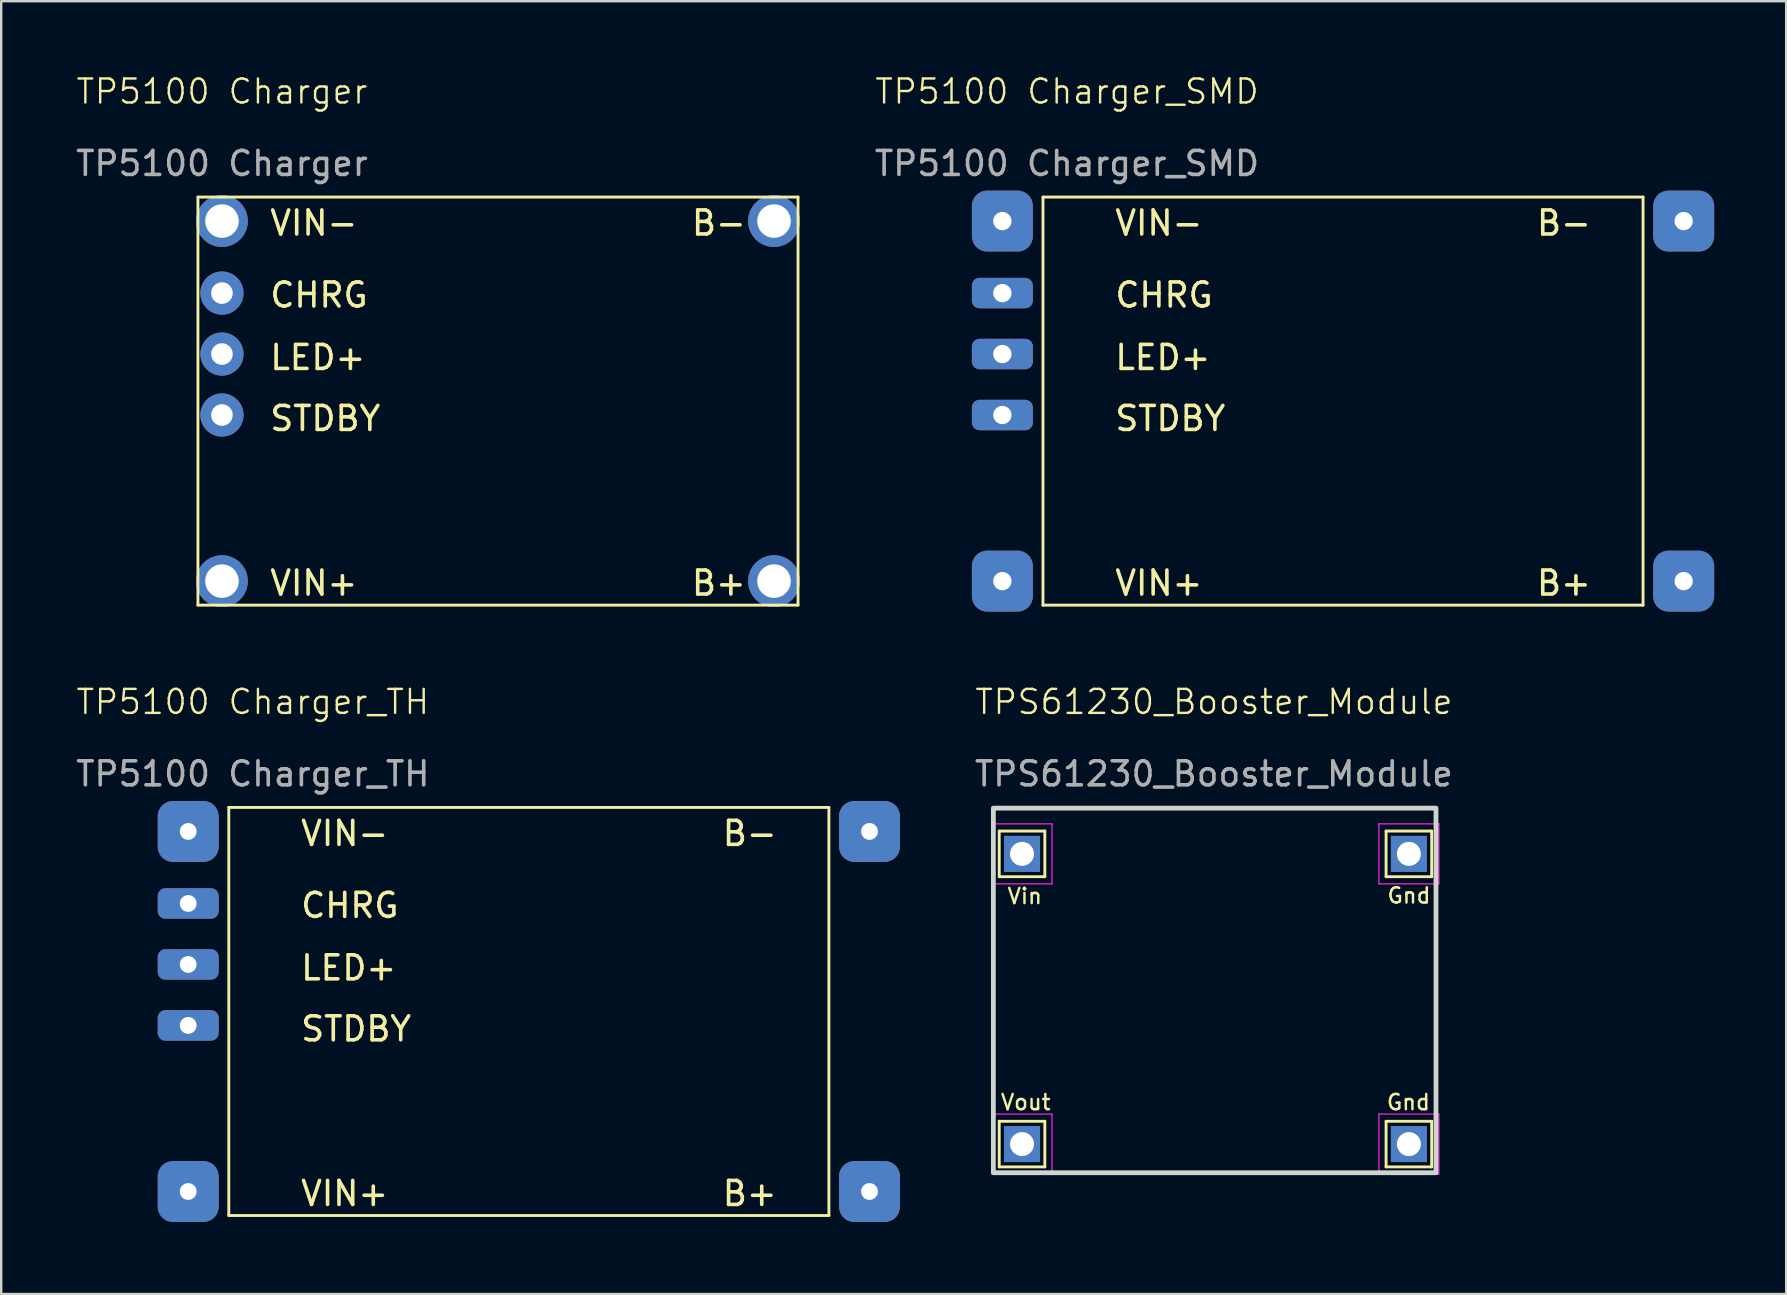
<source format=kicad_pcb>
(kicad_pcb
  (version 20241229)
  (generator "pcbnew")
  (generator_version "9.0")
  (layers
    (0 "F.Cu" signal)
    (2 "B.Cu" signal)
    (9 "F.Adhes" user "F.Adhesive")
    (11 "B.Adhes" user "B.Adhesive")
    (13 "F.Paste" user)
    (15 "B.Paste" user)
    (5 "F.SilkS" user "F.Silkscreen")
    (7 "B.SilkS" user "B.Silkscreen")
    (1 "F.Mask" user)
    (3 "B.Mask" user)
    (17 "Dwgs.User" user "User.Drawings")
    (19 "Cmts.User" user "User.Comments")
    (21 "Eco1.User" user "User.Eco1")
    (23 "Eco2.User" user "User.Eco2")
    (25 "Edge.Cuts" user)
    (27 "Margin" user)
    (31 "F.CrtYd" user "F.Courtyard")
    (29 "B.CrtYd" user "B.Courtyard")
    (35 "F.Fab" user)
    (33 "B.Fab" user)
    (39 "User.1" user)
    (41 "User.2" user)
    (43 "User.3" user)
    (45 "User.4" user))
  (footprint "TP5100 Charger"
    (layer "F.Cu")
    (at 6.196 21.16)
    (property "Reference" "TP5100 Charger" (at 0 -20.399 0) (unlocked yes) (layer "F.SilkS") (effects (font (size 1 1) (thickness 0.1))))
    (attr through_hole)
    (fp_line (start -1 -16) (end 24 -16) (stroke (width 0.12) (type solid)) (layer "F.SilkS"))
    (fp_line (start -1 1) (end -1 -16) (stroke (width 0.12) (type solid)) (layer "F.SilkS"))
    (fp_line (start 24 -16) (end 24 1) (stroke (width 0.12) (type solid)) (layer "F.SilkS"))
    (fp_line (start 24 1) (end -1 1) (stroke (width 0.12) (type solid)) (layer "F.SilkS"))
    (fp_text user "B-" (at 21.92 -14.918 0) (unlocked yes) (layer "F.SilkS") (effects (font (size 1 1) (thickness 0.15)) (justify right)))
    (fp_text user "CHRG" (at 1.92 -11.918 0) (unlocked yes) (layer "F.SilkS") (effects (font (size 1 1) (thickness 0.15)) (justify left)))
    (fp_text user "STDBY" (at 1.92 -6.776 0) (unlocked yes) (layer "F.SilkS") (effects (font (size 1 1) (thickness 0.15)) (justify left)))
    (fp_text user "B+" (at 21.92 0.082 0) (unlocked yes) (layer "F.SilkS") (effects (font (size 1 1) (thickness 0.15)) (justify right)))
    (fp_text user "LED+" (at 1.92 -9.316 0) (unlocked yes) (layer "F.SilkS") (effects (font (size 1 1) (thickness 0.15)) (justify left)))
    (fp_text user "VIN+" (at 1.92 0.082 0) (unlocked yes) (layer "F.SilkS") (effects (font (size 1 1) (thickness 0.15)) (justify left)))
    (fp_text user "VIN-" (at 1.92 -14.918 0) (unlocked yes) (layer "F.SilkS") (effects (font (size 1 1) (thickness 0.15)) (justify left)))
    (fp_text user "${REFERENCE}" (at 0 -17.399 0) (unlocked yes) (layer "F.Fab") (effects (font (size 1 1) (thickness 0.15))))
    (pad "1" thru_hole circle (at 0 0) (size 2.159 2.159) (drill 1.397) (layers "*.Cu" "*.Mask"))
    (pad "2" thru_hole circle (at 0 -15) (size 2.159 2.159) (drill 1.397) (layers "*.Cu" "*.Mask"))
    (pad "3" thru_hole circle (at 23 0) (size 2.159 2.159) (drill 1.397) (layers "*.Cu" "*.Mask"))
    (pad "4" thru_hole circle (at 23 -15) (size 2.159 2.159) (drill 1.397) (layers "*.Cu" "*.Mask"))
    (pad "5" thru_hole circle (at 0 -12) (size 1.8 1.8) (drill 0.9) (layers "*.Cu" "*.Mask"))
    (pad "6" thru_hole circle (at 0 -9.46 180) (size 1.8 1.8) (drill 0.9) (layers "*.Cu" "*.Mask"))
    (pad "7" thru_hole circle (at 0 -6.92 180) (size 1.8 1.8) (drill 0.9) (layers "*.Cu" "*.Mask")))
  (footprint "TPS61230_Booster_Module"
    (layer "F.Cu")
    (at 47.522 38.207)
    (property "Reference" "TPS61230_Booster_Module" (at 0 -12.017 0) (unlocked yes) (layer "F.SilkS") (effects (font (size 1 1) (thickness 0.1))))
    (attr through_hole)
    (fp_line (start -8.944 -6.634) (end -7.044 -6.634) (stroke (width 0.12) (type solid)) (layer "F.SilkS"))
    (fp_line (start -8.944 -4.734) (end -8.944 -6.634) (stroke (width 0.12) (type solid)) (layer "F.SilkS"))
    (fp_line (start -8.944 5.456) (end -7.044 5.456) (stroke (width 0.12) (type solid)) (layer "F.SilkS"))
    (fp_line (start -8.944 7.356) (end -8.944 5.456) (stroke (width 0.12) (type solid)) (layer "F.SilkS"))
    (fp_line (start -7.044 -6.634) (end -7.044 -4.734) (stroke (width 0.12) (type solid)) (layer "F.SilkS"))
    (fp_line (start -7.044 -4.734) (end -8.944 -4.734) (stroke (width 0.12) (type solid)) (layer "F.SilkS"))
    (fp_line (start -7.044 5.456) (end -7.044 7.356) (stroke (width 0.12) (type solid)) (layer "F.SilkS"))
    (fp_line (start -7.044 7.356) (end -8.944 7.356) (stroke (width 0.12) (type solid)) (layer "F.SilkS"))
    (fp_line (start 7.173 -6.634) (end 9.073 -6.634) (stroke (width 0.12) (type solid)) (layer "F.SilkS"))
    (fp_line (start 7.173 -4.734) (end 7.173 -6.634) (stroke (width 0.12) (type solid)) (layer "F.SilkS"))
    (fp_line (start 7.173 5.456) (end 9.073 5.456) (stroke (width 0.12) (type solid)) (layer "F.SilkS"))
    (fp_line (start 7.173 7.356) (end 7.173 5.456) (stroke (width 0.12) (type solid)) (layer "F.SilkS"))
    (fp_line (start 9.073 -6.634) (end 9.073 -4.734) (stroke (width 0.12) (type solid)) (layer "F.SilkS"))
    (fp_line (start 9.073 -4.734) (end 7.173 -4.734) (stroke (width 0.12) (type solid)) (layer "F.SilkS"))
    (fp_line (start 9.073 5.456) (end 9.073 7.356) (stroke (width 0.12) (type solid)) (layer "F.SilkS"))
    (fp_line (start 9.073 7.356) (end 7.173 7.356) (stroke (width 0.12) (type solid)) (layer "F.SilkS"))
    (fp_rect (start -9.188 -7.589) (end 9.252 7.6) (stroke (width 0.2) (type default)) (fill no) (layer "Edge.Cuts"))
    (fp_line (start -9.244 -6.934) (end -9.244 -4.434) (stroke (width 0.05) (type solid)) (layer "F.CrtYd"))
    (fp_line (start -9.244 -6.934) (end -6.744 -6.934) (stroke (width 0.05) (type solid)) (layer "F.CrtYd"))
    (fp_line (start -9.244 5.156) (end -9.244 7.656) (stroke (width 0.05) (type solid)) (layer "F.CrtYd"))
    (fp_line (start -9.244 5.156) (end -6.744 5.156) (stroke (width 0.05) (type solid)) (layer "F.CrtYd"))
    (fp_line (start -6.744 -4.434) (end -9.244 -4.434) (stroke (width 0.05) (type solid)) (layer "F.CrtYd"))
    (fp_line (start -6.744 -4.434) (end -6.744 -6.934) (stroke (width 0.05) (type solid)) (layer "F.CrtYd"))
    (fp_line (start -6.744 7.656) (end -9.244 7.656) (stroke (width 0.05) (type solid)) (layer "F.CrtYd"))
    (fp_line (start -6.744 7.656) (end -6.744 5.156) (stroke (width 0.05) (type solid)) (layer "F.CrtYd"))
    (fp_line (start 6.873 -6.934) (end 6.873 -4.434) (stroke (width 0.05) (type solid)) (layer "F.CrtYd"))
    (fp_line (start 6.873 -6.934) (end 9.373 -6.934) (stroke (width 0.05) (type solid)) (layer "F.CrtYd"))
    (fp_line (start 6.873 5.156) (end 6.873 7.656) (stroke (width 0.05) (type solid)) (layer "F.CrtYd"))
    (fp_line (start 6.873 5.156) (end 9.373 5.156) (stroke (width 0.05) (type solid)) (layer "F.CrtYd"))
    (fp_line (start 9.373 -4.434) (end 6.873 -4.434) (stroke (width 0.05) (type solid)) (layer "F.CrtYd"))
    (fp_line (start 9.373 -4.434) (end 9.373 -6.934) (stroke (width 0.05) (type solid)) (layer "F.CrtYd"))
    (fp_line (start 9.373 7.656) (end 6.873 7.656) (stroke (width 0.05) (type solid)) (layer "F.CrtYd"))
    (fp_line (start 9.373 7.656) (end 9.373 5.156) (stroke (width 0.05) (type solid)) (layer "F.CrtYd"))
    (fp_text user "Vin" (at -8.655 -3.551 0) (unlocked yes) (layer "F.SilkS") (effects (font (size 0.635 0.635) (thickness 0.102)) (justify left bottom)))
    (fp_text user "Gnd" (at 7.144 5.035 0) (unlocked yes) (layer "F.SilkS") (effects (font (size 0.635 0.635) (thickness 0.102)) (justify left bottom)))
    (fp_text user "Vout" (at -8.934 5.035 0) (unlocked yes) (layer "F.SilkS") (effects (font (size 0.635 0.635) (thickness 0.102)) (justify left bottom)))
    (fp_text user "Gnd" (at 7.169 -3.576 0) (unlocked yes) (layer "F.SilkS") (effects (font (size 0.635 0.635) (thickness 0.102)) (justify left bottom)))
    (fp_text user "${REFERENCE}" (at 0 -9.017 0) (unlocked yes) (layer "F.Fab") (effects (font (size 1 1) (thickness 0.15))))
    (pad "1" thru_hole rect (at -7.994 -5.684) (size 1.5 1.5) (drill 1) (layers "*.Cu" "*.Mask"))
    (pad "1" thru_hole rect (at -7.994 6.406) (size 1.5 1.5) (drill 1) (layers "*.Cu" "*.Mask"))
    (pad "1" thru_hole rect (at 8.123 -5.684) (size 1.5 1.5) (drill 1) (layers "*.Cu" "*.Mask"))
    (pad "1" thru_hole rect (at 8.123 6.406) (size 1.5 1.5) (drill 1) (layers "*.Cu" "*.Mask")))
  (footprint "TP5100 Charger_SMD"
    (layer "F.Cu")
    (at 41.401 21.16)
    (property "Reference" "TP5100 Charger_SMD" (at 0 -20.399 0) (unlocked yes) (layer "F.SilkS") (effects (font (size 1 1) (thickness 0.1))))
    (attr smd)
    (fp_line (start -1 -16) (end 24 -16) (stroke (width 0.12) (type solid)) (layer "F.SilkS"))
    (fp_line (start -1 1) (end -1 -16) (stroke (width 0.12) (type solid)) (layer "F.SilkS"))
    (fp_line (start 24 -16) (end 24 1) (stroke (width 0.12) (type solid)) (layer "F.SilkS"))
    (fp_line (start 24 1) (end -1 1) (stroke (width 0.12) (type solid)) (layer "F.SilkS"))
    (fp_text user "VIN-" (at 1.92 -14.918 0) (unlocked yes) (layer "F.SilkS") (effects (font (size 1 1) (thickness 0.15)) (justify left)))
    (fp_text user "VIN+" (at 1.92 0.082 0) (unlocked yes) (layer "F.SilkS") (effects (font (size 1 1) (thickness 0.15)) (justify left)))
    (fp_text user "B-" (at 21.92 -14.918 0) (unlocked yes) (layer "F.SilkS") (effects (font (size 1 1) (thickness 0.15)) (justify right)))
    (fp_text user "STDBY" (at 1.92 -6.776 0) (unlocked yes) (layer "F.SilkS") (effects (font (size 1 1) (thickness 0.15)) (justify left)))
    (fp_text user "CHRG" (at 1.92 -11.918 0) (unlocked yes) (layer "F.SilkS") (effects (font (size 1 1) (thickness 0.15)) (justify left)))
    (fp_text user "B+" (at 21.92 0.082 0) (unlocked yes) (layer "F.SilkS") (effects (font (size 1 1) (thickness 0.15)) (justify right)))
    (fp_text user "LED+" (at 1.92 -9.316 0) (unlocked yes) (layer "F.SilkS") (effects (font (size 1 1) (thickness 0.15)) (justify left)))
    (fp_text user "${REFERENCE}" (at 0 -17.399 0) (unlocked yes) (layer "F.Fab") (effects (font (size 1 1) (thickness 0.15))))
    (pad "1" thru_hole roundrect (at -2.692 0) (size 2.54 2.54) (drill 0.762) (layers "*.Cu" "*.Mask") (roundrect_rratio 0.25))
    (pad "2" thru_hole roundrect (at -2.692 -15) (size 2.54 2.54) (drill 0.762) (layers "*.Cu" "*.Mask") (roundrect_rratio 0.25))
    (pad "3" thru_hole roundrect (at 25.692 0) (size 2.54 2.54) (drill 0.762) (layers "*.Cu" "*.Mask") (roundrect_rratio 0.25))
    (pad "4" thru_hole roundrect (at 25.692 -15) (size 2.54 2.54) (drill 0.762) (layers "*.Cu" "*.Mask") (roundrect_rratio 0.25))
    (pad "5" thru_hole roundrect (at -2.692 -12) (size 2.54 1.27) (drill 0.762) (layers "*.Cu" "*.Mask") (roundrect_rratio 0.25))
    (pad "6" thru_hole roundrect (at -2.692 -9.46) (size 2.54 1.27) (drill 0.762) (layers "*.Cu" "*.Mask") (roundrect_rratio 0.25))
    (pad "7" thru_hole roundrect (at -2.692 -6.92) (size 2.54 1.27) (drill 0.762) (layers "*.Cu" "*.Mask") (roundrect_rratio 0.25)))
  (footprint "TP5100 Charger_TH"
    (layer "F.Cu")
    (at 7.482 46.589)
    (property "Reference" "TP5100 Charger_TH" (at 0 -20.399 0) (unlocked yes) (layer "F.SilkS") (effects (font (size 1 1) (thickness 0.1))))
    (attr smd)
    (fp_line (start -1 -16) (end 24 -16) (stroke (width 0.12) (type solid)) (layer "F.SilkS"))
    (fp_line (start -1 1) (end -1 -16) (stroke (width 0.12) (type solid)) (layer "F.SilkS"))
    (fp_line (start 24 -16) (end 24 1) (stroke (width 0.12) (type solid)) (layer "F.SilkS"))
    (fp_line (start 24 1) (end -1 1) (stroke (width 0.12) (type solid)) (layer "F.SilkS"))
    (fp_text user "STDBY" (at 1.92 -6.776 0) (unlocked yes) (layer "F.SilkS") (effects (font (size 1 1) (thickness 0.15)) (justify left)))
    (fp_text user "CHRG" (at 1.92 -11.918 0) (unlocked yes) (layer "F.SilkS") (effects (font (size 1 1) (thickness 0.15)) (justify left)))
    (fp_text user "B-" (at 21.92 -14.918 0) (unlocked yes) (layer "F.SilkS") (effects (font (size 1 1) (thickness 0.15)) (justify right)))
    (fp_text user "LED+" (at 1.92 -9.316 0) (unlocked yes) (layer "F.SilkS") (effects (font (size 1 1) (thickness 0.15)) (justify left)))
    (fp_text user "VIN+" (at 1.92 0.082 0) (unlocked yes) (layer "F.SilkS") (effects (font (size 1 1) (thickness 0.15)) (justify left)))
    (fp_text user "B+" (at 21.92 0.082 0) (unlocked yes) (layer "F.SilkS") (effects (font (size 1 1) (thickness 0.15)) (justify right)))
    (fp_text user "VIN-" (at 1.92 -14.918 0) (unlocked yes) (layer "F.SilkS") (effects (font (size 1 1) (thickness 0.15)) (justify left)))
    (fp_text user "${REFERENCE}" (at 0 -17.399 0) (unlocked yes) (layer "F.Fab") (effects (font (size 1 1) (thickness 0.15))))
    (pad "1" thru_hole roundrect (at -2.692 0) (size 2.54 2.54) (drill 0.7) (layers "*.Cu" "*.Mask") (roundrect_rratio 0.25))
    (pad "2" thru_hole roundrect (at -2.692 -15) (size 2.54 2.54) (drill 0.7) (layers "*.Cu" "*.Mask") (roundrect_rratio 0.25))
    (pad "3" thru_hole roundrect (at 25.692 0) (size 2.54 2.54) (drill 0.7) (layers "*.Cu" "*.Mask") (roundrect_rratio 0.25))
    (pad "4" thru_hole roundrect (at 25.692 -15) (size 2.54 2.54) (drill 0.7) (layers "*.Cu" "*.Mask") (roundrect_rratio 0.25))
    (pad "5" thru_hole roundrect (at -2.692 -12) (size 2.54 1.27) (drill 0.7) (layers "*.Cu" "*.Mask") (roundrect_rratio 0.25))
    (pad "6" thru_hole roundrect (at -2.692 -9.46) (size 2.54 1.27) (drill 0.7) (layers "*.Cu" "*.Mask") (roundrect_rratio 0.25))
    (pad "7" thru_hole roundrect (at -2.692 -6.92) (size 2.54 1.27) (drill 0.7) (layers "*.Cu" "*.Mask") (roundrect_rratio 0.25)))
  (gr_rect
    (start -3 -3)
    (end 71.363 50.859)
    (stroke (width 0.1) (type default))
    (fill no)
    (layer "Edge.Cuts")))
</source>
